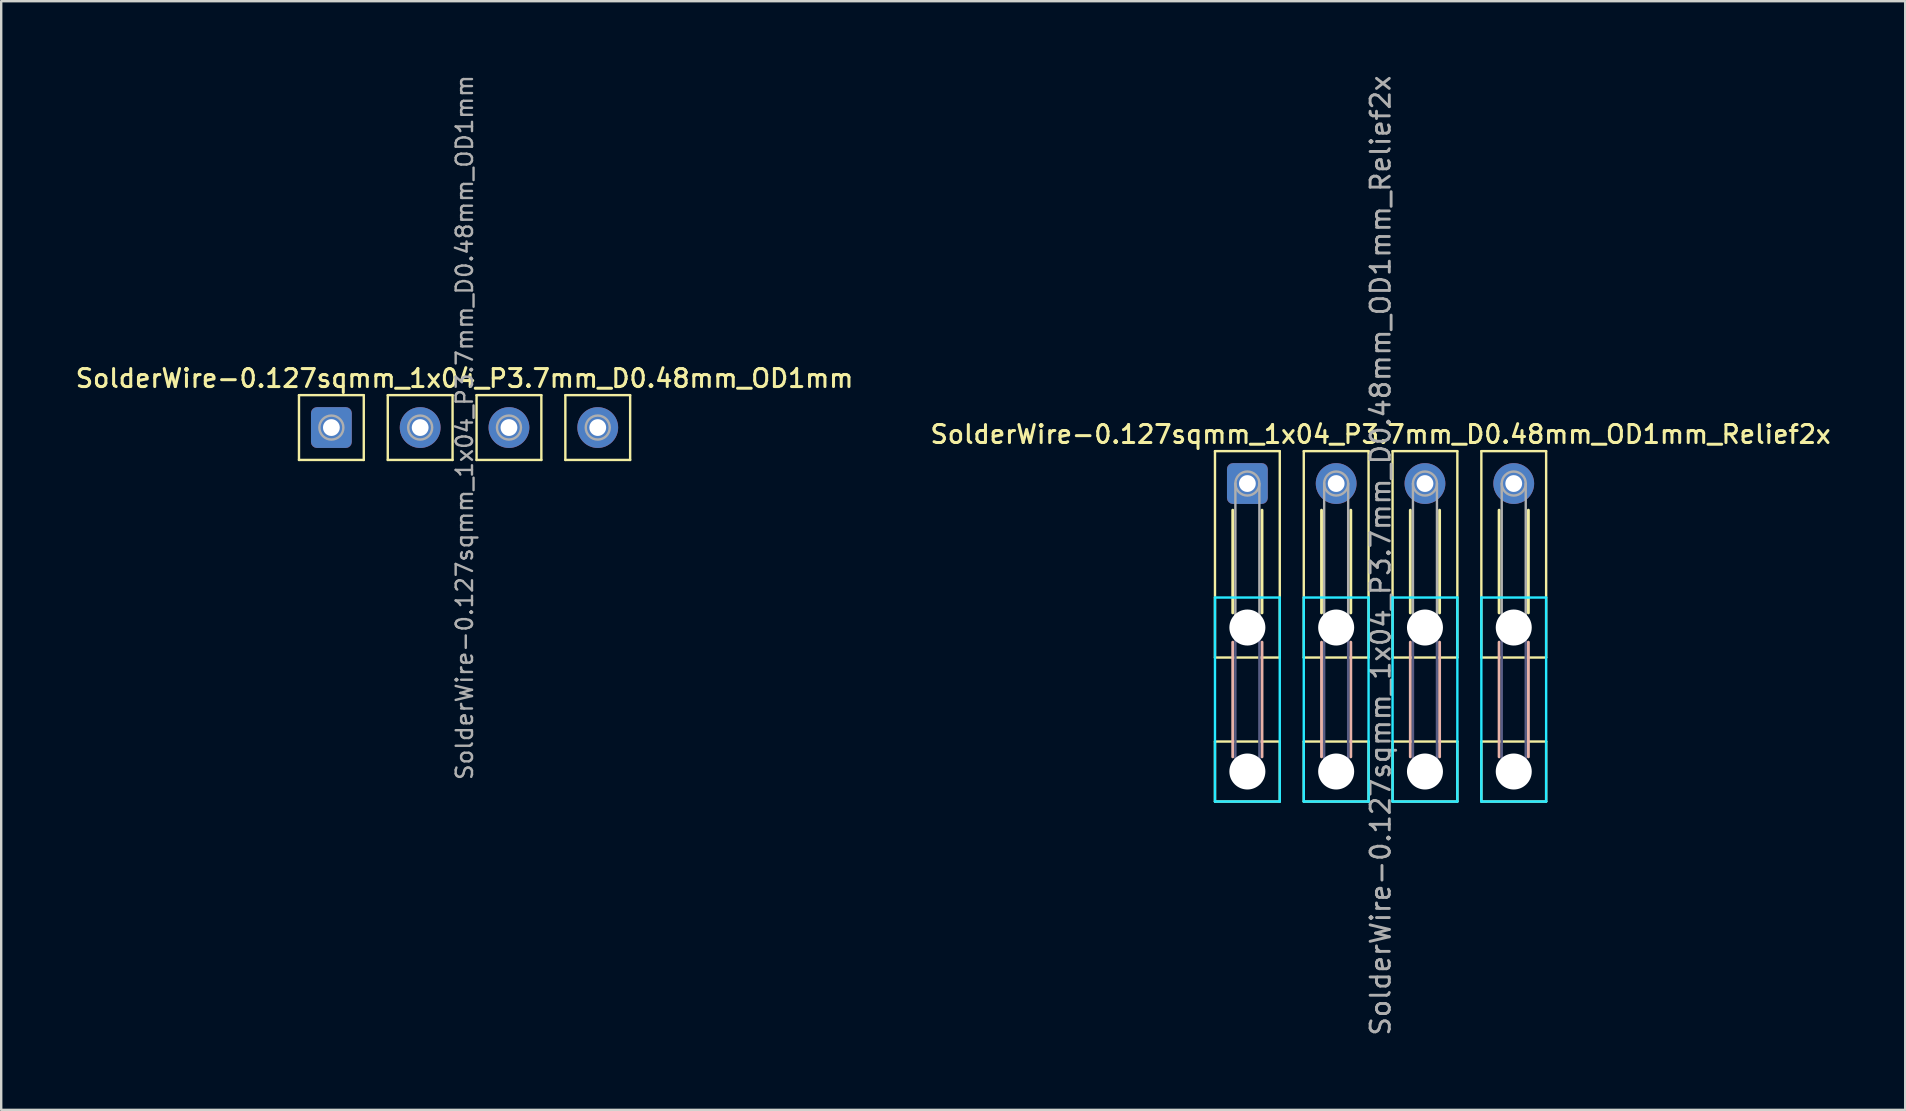
<source format=kicad_pcb>
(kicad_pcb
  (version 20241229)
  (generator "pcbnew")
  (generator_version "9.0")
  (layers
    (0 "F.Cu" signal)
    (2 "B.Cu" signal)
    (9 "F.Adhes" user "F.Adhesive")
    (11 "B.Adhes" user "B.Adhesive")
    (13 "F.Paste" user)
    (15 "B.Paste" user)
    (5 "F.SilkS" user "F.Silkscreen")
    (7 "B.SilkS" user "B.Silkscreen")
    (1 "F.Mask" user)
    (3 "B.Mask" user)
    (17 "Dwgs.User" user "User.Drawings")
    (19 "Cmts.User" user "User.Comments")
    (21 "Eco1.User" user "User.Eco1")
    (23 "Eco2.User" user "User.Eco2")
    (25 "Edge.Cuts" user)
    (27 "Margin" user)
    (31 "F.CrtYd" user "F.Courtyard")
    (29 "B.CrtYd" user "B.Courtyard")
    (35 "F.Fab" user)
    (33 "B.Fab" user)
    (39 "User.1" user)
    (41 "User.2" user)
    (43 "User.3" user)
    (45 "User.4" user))
  (footprint "SolderWire-0.127sqmm_1x04_P3.7mm_D0.48mm_OD1mm"
    (layer "F.Cu")
    (at 10.759 14.767)
    (property "Reference" "SolderWire-0.127sqmm_1x04_P3.7mm_D0.48mm_OD1mm" (at 5.55 -2.05 0) (layer "F.SilkS") (effects (font (size 0.75 0.75) (thickness 0.125))))
    (attr exclude_from_pos_files exclude_from_bom)
    (fp_line (start -1.35 -1.35) (end -1.35 1.35) (stroke (width 0.1) (type solid)) (layer "F.SilkS"))
    (fp_line (start -1.35 1.35) (end 1.35 1.35) (stroke (width 0.1) (type solid)) (layer "F.SilkS"))
    (fp_line (start 1.35 -1.35) (end -1.35 -1.35) (stroke (width 0.1) (type solid)) (layer "F.SilkS"))
    (fp_line (start 1.35 1.35) (end 1.35 -1.35) (stroke (width 0.1) (type solid)) (layer "F.SilkS"))
    (fp_line (start 2.35 -1.35) (end 2.35 1.35) (stroke (width 0.1) (type solid)) (layer "F.SilkS"))
    (fp_line (start 2.35 1.35) (end 5.05 1.35) (stroke (width 0.1) (type solid)) (layer "F.SilkS"))
    (fp_line (start 5.05 -1.35) (end 2.35 -1.35) (stroke (width 0.1) (type solid)) (layer "F.SilkS"))
    (fp_line (start 5.05 1.35) (end 5.05 -1.35) (stroke (width 0.1) (type solid)) (layer "F.SilkS"))
    (fp_line (start 6.05 -1.35) (end 6.05 1.35) (stroke (width 0.1) (type solid)) (layer "F.SilkS"))
    (fp_line (start 6.05 1.35) (end 8.75 1.35) (stroke (width 0.1) (type solid)) (layer "F.SilkS"))
    (fp_line (start 8.75 -1.35) (end 6.05 -1.35) (stroke (width 0.1) (type solid)) (layer "F.SilkS"))
    (fp_line (start 8.75 1.35) (end 8.75 -1.35) (stroke (width 0.1) (type solid)) (layer "F.SilkS"))
    (fp_line (start 9.75 -1.35) (end 9.75 1.35) (stroke (width 0.1) (type solid)) (layer "F.SilkS"))
    (fp_line (start 9.75 1.35) (end 12.45 1.35) (stroke (width 0.1) (type solid)) (layer "F.SilkS"))
    (fp_line (start 12.45 -1.35) (end 9.75 -1.35) (stroke (width 0.1) (type solid)) (layer "F.SilkS"))
    (fp_line (start 12.45 1.35) (end 12.45 -1.35) (stroke (width 0.1) (type solid)) (layer "F.SilkS"))
    (fp_circle (center 0 0) (end 0.5 0) (stroke (width 0.1) (type solid)) (fill no) (layer "F.Fab"))
    (fp_circle (center 3.7 0) (end 4.2 0) (stroke (width 0.1) (type solid)) (fill no) (layer "F.Fab"))
    (fp_circle (center 7.4 0) (end 7.9 0) (stroke (width 0.1) (type solid)) (fill no) (layer "F.Fab"))
    (fp_circle (center 11.1 0) (end 11.6 0) (stroke (width 0.1) (type solid)) (fill no) (layer "F.Fab"))
    (fp_text user "${REFERENCE}" (at 5.55 0 90) (layer "F.Fab") (effects (font (size 0.68 0.68) (thickness 0.1))))
    (pad "1" thru_hole roundrect (at 0 0) (size 1.7 1.7) (drill 0.7) (layers "*.Cu" "*.Mask") (roundrect_rratio 0.147))
    (pad "2" thru_hole circle (at 3.7 0) (size 1.7 1.7) (drill 0.7) (layers "*.Cu" "*.Mask"))
    (pad "3" thru_hole circle (at 7.4 0) (size 1.7 1.7) (drill 0.7) (layers "*.Cu" "*.Mask"))
    (pad "4" thru_hole circle (at 11.1 0) (size 1.7 1.7) (drill 0.7) (layers "*.Cu" "*.Mask")))
  (footprint "SolderWire-0.127sqmm_1x04_P3.7mm_D0.48mm_OD1mm_Relief2x"
    (layer "F.Cu")
    (at 48.93 17.1)
    (property "Reference" "SolderWire-0.127sqmm_1x04_P3.7mm_D0.48mm_OD1mm_Relief2x" (at 5.55 -2.05 0) (layer "F.SilkS") (effects (font (size 0.75 0.75) (thickness 0.125))))
    (attr exclude_from_pos_files exclude_from_bom)
    (fp_line (start -1.35 -1.35) (end -1.35 7.25) (stroke (width 0.1) (type solid)) (layer "F.SilkS"))
    (fp_line (start -1.35 7.25) (end 1.35 7.25) (stroke (width 0.1) (type solid)) (layer "F.SilkS"))
    (fp_line (start -1.35 10.75) (end -1.35 13.25) (stroke (width 0.1) (type solid)) (layer "F.SilkS"))
    (fp_line (start -1.35 13.25) (end 1.35 13.25) (stroke (width 0.1) (type solid)) (layer "F.SilkS"))
    (fp_line (start -0.61 1.11) (end -0.61 5.39) (stroke (width 0.12) (type solid)) (layer "F.SilkS"))
    (fp_line (start 0.61 1.11) (end 0.61 5.39) (stroke (width 0.12) (type solid)) (layer "F.SilkS"))
    (fp_line (start 1.35 -1.35) (end -1.35 -1.35) (stroke (width 0.1) (type solid)) (layer "F.SilkS"))
    (fp_line (start 1.35 7.25) (end 1.35 -1.35) (stroke (width 0.1) (type solid)) (layer "F.SilkS"))
    (fp_line (start 1.35 10.75) (end -1.35 10.75) (stroke (width 0.1) (type solid)) (layer "F.SilkS"))
    (fp_line (start 1.35 13.25) (end 1.35 10.75) (stroke (width 0.1) (type solid)) (layer "F.SilkS"))
    (fp_line (start 2.35 -1.35) (end 2.35 7.25) (stroke (width 0.1) (type solid)) (layer "F.SilkS"))
    (fp_line (start 2.35 7.25) (end 5.05 7.25) (stroke (width 0.1) (type solid)) (layer "F.SilkS"))
    (fp_line (start 2.35 10.75) (end 2.35 13.25) (stroke (width 0.1) (type solid)) (layer "F.SilkS"))
    (fp_line (start 2.35 13.25) (end 5.05 13.25) (stroke (width 0.1) (type solid)) (layer "F.SilkS"))
    (fp_line (start 3.09 1.11) (end 3.09 5.39) (stroke (width 0.12) (type solid)) (layer "F.SilkS"))
    (fp_line (start 4.31 1.11) (end 4.31 5.39) (stroke (width 0.12) (type solid)) (layer "F.SilkS"))
    (fp_line (start 5.05 -1.35) (end 2.35 -1.35) (stroke (width 0.1) (type solid)) (layer "F.SilkS"))
    (fp_line (start 5.05 7.25) (end 5.05 -1.35) (stroke (width 0.1) (type solid)) (layer "F.SilkS"))
    (fp_line (start 5.05 10.75) (end 2.35 10.75) (stroke (width 0.1) (type solid)) (layer "F.SilkS"))
    (fp_line (start 5.05 13.25) (end 5.05 10.75) (stroke (width 0.1) (type solid)) (layer "F.SilkS"))
    (fp_line (start 6.05 -1.35) (end 6.05 7.25) (stroke (width 0.1) (type solid)) (layer "F.SilkS"))
    (fp_line (start 6.05 7.25) (end 8.75 7.25) (stroke (width 0.1) (type solid)) (layer "F.SilkS"))
    (fp_line (start 6.05 10.75) (end 6.05 13.25) (stroke (width 0.1) (type solid)) (layer "F.SilkS"))
    (fp_line (start 6.05 13.25) (end 8.75 13.25) (stroke (width 0.1) (type solid)) (layer "F.SilkS"))
    (fp_line (start 6.79 1.11) (end 6.79 5.39) (stroke (width 0.12) (type solid)) (layer "F.SilkS"))
    (fp_line (start 8.01 1.11) (end 8.01 5.39) (stroke (width 0.12) (type solid)) (layer "F.SilkS"))
    (fp_line (start 8.75 -1.35) (end 6.05 -1.35) (stroke (width 0.1) (type solid)) (layer "F.SilkS"))
    (fp_line (start 8.75 7.25) (end 8.75 -1.35) (stroke (width 0.1) (type solid)) (layer "F.SilkS"))
    (fp_line (start 8.75 10.75) (end 6.05 10.75) (stroke (width 0.1) (type solid)) (layer "F.SilkS"))
    (fp_line (start 8.75 13.25) (end 8.75 10.75) (stroke (width 0.1) (type solid)) (layer "F.SilkS"))
    (fp_line (start 9.75 -1.35) (end 9.75 7.25) (stroke (width 0.1) (type solid)) (layer "F.SilkS"))
    (fp_line (start 9.75 7.25) (end 12.45 7.25) (stroke (width 0.1) (type solid)) (layer "F.SilkS"))
    (fp_line (start 9.75 10.75) (end 9.75 13.25) (stroke (width 0.1) (type solid)) (layer "F.SilkS"))
    (fp_line (start 9.75 13.25) (end 12.45 13.25) (stroke (width 0.1) (type solid)) (layer "F.SilkS"))
    (fp_line (start 10.49 1.11) (end 10.49 5.39) (stroke (width 0.12) (type solid)) (layer "F.SilkS"))
    (fp_line (start 11.71 1.11) (end 11.71 5.39) (stroke (width 0.12) (type solid)) (layer "F.SilkS"))
    (fp_line (start 12.45 -1.35) (end 9.75 -1.35) (stroke (width 0.1) (type solid)) (layer "F.SilkS"))
    (fp_line (start 12.45 7.25) (end 12.45 -1.35) (stroke (width 0.1) (type solid)) (layer "F.SilkS"))
    (fp_line (start 12.45 10.75) (end 9.75 10.75) (stroke (width 0.1) (type solid)) (layer "F.SilkS"))
    (fp_line (start 12.45 13.25) (end 12.45 10.75) (stroke (width 0.1) (type solid)) (layer "F.SilkS"))
    (fp_line (start -0.61 6.61) (end -0.61 11.39) (stroke (width 0.12) (type solid)) (layer "B.SilkS"))
    (fp_line (start 0.61 6.61) (end 0.61 11.39) (stroke (width 0.12) (type solid)) (layer "B.SilkS"))
    (fp_line (start 3.09 6.61) (end 3.09 11.39) (stroke (width 0.12) (type solid)) (layer "B.SilkS"))
    (fp_line (start 4.31 6.61) (end 4.31 11.39) (stroke (width 0.12) (type solid)) (layer "B.SilkS"))
    (fp_line (start 6.79 6.61) (end 6.79 11.39) (stroke (width 0.12) (type solid)) (layer "B.SilkS"))
    (fp_line (start 8.01 6.61) (end 8.01 11.39) (stroke (width 0.12) (type solid)) (layer "B.SilkS"))
    (fp_line (start 10.49 6.61) (end 10.49 11.39) (stroke (width 0.12) (type solid)) (layer "B.SilkS"))
    (fp_line (start 11.71 6.61) (end 11.71 11.39) (stroke (width 0.12) (type solid)) (layer "B.SilkS"))
    (fp_line (start -1.35 4.75) (end -1.35 13.25) (stroke (width 0.1) (type solid)) (layer "B.CrtYd"))
    (fp_line (start -1.35 13.25) (end 1.35 13.25) (stroke (width 0.1) (type solid)) (layer "B.CrtYd"))
    (fp_line (start 1.35 4.75) (end -1.35 4.75) (stroke (width 0.1) (type solid)) (layer "B.CrtYd"))
    (fp_line (start 1.35 13.25) (end 1.35 4.75) (stroke (width 0.1) (type solid)) (layer "B.CrtYd"))
    (fp_line (start 2.35 4.75) (end 2.35 13.25) (stroke (width 0.1) (type solid)) (layer "B.CrtYd"))
    (fp_line (start 2.35 13.25) (end 5.05 13.25) (stroke (width 0.1) (type solid)) (layer "B.CrtYd"))
    (fp_line (start 5.05 4.75) (end 2.35 4.75) (stroke (width 0.1) (type solid)) (layer "B.CrtYd"))
    (fp_line (start 5.05 13.25) (end 5.05 4.75) (stroke (width 0.1) (type solid)) (layer "B.CrtYd"))
    (fp_line (start 6.05 4.75) (end 6.05 13.25) (stroke (width 0.1) (type solid)) (layer "B.CrtYd"))
    (fp_line (start 6.05 13.25) (end 8.75 13.25) (stroke (width 0.1) (type solid)) (layer "B.CrtYd"))
    (fp_line (start 8.75 4.75) (end 6.05 4.75) (stroke (width 0.1) (type solid)) (layer "B.CrtYd"))
    (fp_line (start 8.75 13.25) (end 8.75 4.75) (stroke (width 0.1) (type solid)) (layer "B.CrtYd"))
    (fp_line (start 9.75 4.75) (end 9.75 13.25) (stroke (width 0.1) (type solid)) (layer "B.CrtYd"))
    (fp_line (start 9.75 13.25) (end 12.45 13.25) (stroke (width 0.1) (type solid)) (layer "B.CrtYd"))
    (fp_line (start 12.45 4.75) (end 9.75 4.75) (stroke (width 0.1) (type solid)) (layer "B.CrtYd"))
    (fp_line (start 12.45 13.25) (end 12.45 4.75) (stroke (width 0.1) (type solid)) (layer "B.CrtYd"))
    (fp_line (start -0.5 6) (end -0.5 12) (stroke (width 0.1) (type solid)) (layer "B.Fab"))
    (fp_line (start 0.5 6) (end 0.5 12) (stroke (width 0.1) (type solid)) (layer "B.Fab"))
    (fp_line (start 3.2 6) (end 3.2 12) (stroke (width 0.1) (type solid)) (layer "B.Fab"))
    (fp_line (start 4.2 6) (end 4.2 12) (stroke (width 0.1) (type solid)) (layer "B.Fab"))
    (fp_line (start 6.9 6) (end 6.9 12) (stroke (width 0.1) (type solid)) (layer "B.Fab"))
    (fp_line (start 7.9 6) (end 7.9 12) (stroke (width 0.1) (type solid)) (layer "B.Fab"))
    (fp_line (start 10.6 6) (end 10.6 12) (stroke (width 0.1) (type solid)) (layer "B.Fab"))
    (fp_line (start 11.6 6) (end 11.6 12) (stroke (width 0.1) (type solid)) (layer "B.Fab"))
    (fp_circle (center 0 6) (end 0.5 6) (stroke (width 0.1) (type solid)) (fill no) (layer "B.Fab"))
    (fp_circle (center 0 12) (end 0.5 12) (stroke (width 0.1) (type solid)) (fill no) (layer "B.Fab"))
    (fp_circle (center 3.7 6) (end 4.2 6) (stroke (width 0.1) (type solid)) (fill no) (layer "B.Fab"))
    (fp_circle (center 3.7 12) (end 4.2 12) (stroke (width 0.1) (type solid)) (fill no) (layer "B.Fab"))
    (fp_circle (center 7.4 6) (end 7.9 6) (stroke (width 0.1) (type solid)) (fill no) (layer "B.Fab"))
    (fp_circle (center 7.4 12) (end 7.9 12) (stroke (width 0.1) (type solid)) (fill no) (layer "B.Fab"))
    (fp_circle (center 11.1 6) (end 11.6 6) (stroke (width 0.1) (type solid)) (fill no) (layer "B.Fab"))
    (fp_circle (center 11.1 12) (end 11.6 12) (stroke (width 0.1) (type solid)) (fill no) (layer "B.Fab"))
    (fp_line (start -0.5 0) (end -0.5 6) (stroke (width 0.1) (type solid)) (layer "F.Fab"))
    (fp_line (start 0.5 0) (end 0.5 6) (stroke (width 0.1) (type solid)) (layer "F.Fab"))
    (fp_line (start 3.2 0) (end 3.2 6) (stroke (width 0.1) (type solid)) (layer "F.Fab"))
    (fp_line (start 4.2 0) (end 4.2 6) (stroke (width 0.1) (type solid)) (layer "F.Fab"))
    (fp_line (start 6.9 0) (end 6.9 6) (stroke (width 0.1) (type solid)) (layer "F.Fab"))
    (fp_line (start 7.9 0) (end 7.9 6) (stroke (width 0.1) (type solid)) (layer "F.Fab"))
    (fp_line (start 10.6 0) (end 10.6 6) (stroke (width 0.1) (type solid)) (layer "F.Fab"))
    (fp_line (start 11.6 0) (end 11.6 6) (stroke (width 0.1) (type solid)) (layer "F.Fab"))
    (fp_circle (center 0 0) (end 0.5 0) (stroke (width 0.1) (type solid)) (fill no) (layer "F.Fab"))
    (fp_circle (center 0 6) (end 0.5 6) (stroke (width 0.1) (type solid)) (fill no) (layer "F.Fab"))
    (fp_circle (center 0 12) (end 0.5 12) (stroke (width 0.1) (type solid)) (fill no) (layer "F.Fab"))
    (fp_circle (center 3.7 0) (end 4.2 0) (stroke (width 0.1) (type solid)) (fill no) (layer "F.Fab"))
    (fp_circle (center 3.7 6) (end 4.2 6) (stroke (width 0.1) (type solid)) (fill no) (layer "F.Fab"))
    (fp_circle (center 3.7 12) (end 4.2 12) (stroke (width 0.1) (type solid)) (fill no) (layer "F.Fab"))
    (fp_circle (center 7.4 0) (end 7.9 0) (stroke (width 0.1) (type solid)) (fill no) (layer "F.Fab"))
    (fp_circle (center 7.4 6) (end 7.9 6) (stroke (width 0.1) (type solid)) (fill no) (layer "F.Fab"))
    (fp_circle (center 7.4 12) (end 7.9 12) (stroke (width 0.1) (type solid)) (fill no) (layer "F.Fab"))
    (fp_circle (center 11.1 0) (end 11.6 0) (stroke (width 0.1) (type solid)) (fill no) (layer "F.Fab"))
    (fp_circle (center 11.1 6) (end 11.6 6) (stroke (width 0.1) (type solid)) (fill no) (layer "F.Fab"))
    (fp_circle (center 11.1 12) (end 11.6 12) (stroke (width 0.1) (type solid)) (fill no) (layer "F.Fab"))
    (fp_text user "${REFERENCE}" (at 5.55 3 90) (layer "F.Fab") (effects (font (size 0.8 0.8) (thickness 0.12))))
    (pad "" np_thru_hole circle (at 0 6) (size 1.5 1.5) (drill 1.5) (layers "*.Cu" "*.Mask"))
    (pad "" np_thru_hole circle (at 0 12) (size 1.5 1.5) (drill 1.5) (layers "*.Cu" "*.Mask"))
    (pad "" np_thru_hole circle (at 3.7 6) (size 1.5 1.5) (drill 1.5) (layers "*.Cu" "*.Mask"))
    (pad "" np_thru_hole circle (at 3.7 12) (size 1.5 1.5) (drill 1.5) (layers "*.Cu" "*.Mask"))
    (pad "" np_thru_hole circle (at 7.4 6) (size 1.5 1.5) (drill 1.5) (layers "*.Cu" "*.Mask"))
    (pad "" np_thru_hole circle (at 7.4 12) (size 1.5 1.5) (drill 1.5) (layers "*.Cu" "*.Mask"))
    (pad "" np_thru_hole circle (at 11.1 6) (size 1.5 1.5) (drill 1.5) (layers "*.Cu" "*.Mask"))
    (pad "" np_thru_hole circle (at 11.1 12) (size 1.5 1.5) (drill 1.5) (layers "*.Cu" "*.Mask"))
    (pad "1" thru_hole roundrect (at 0 0) (size 1.7 1.7) (drill 0.7) (layers "*.Cu" "*.Mask") (roundrect_rratio 0.147))
    (pad "2" thru_hole circle (at 3.7 0) (size 1.7 1.7) (drill 0.7) (layers "*.Cu" "*.Mask"))
    (pad "3" thru_hole circle (at 7.4 0) (size 1.7 1.7) (drill 0.7) (layers "*.Cu" "*.Mask"))
    (pad "4" thru_hole circle (at 11.1 0) (size 1.7 1.7) (drill 0.7) (layers "*.Cu" "*.Mask")))
  (gr_rect
    (start -3 -3)
    (end 76.343 43.2)
    (stroke (width 0.1) (type default))
    (fill no)
    (layer "Edge.Cuts")))
</source>
